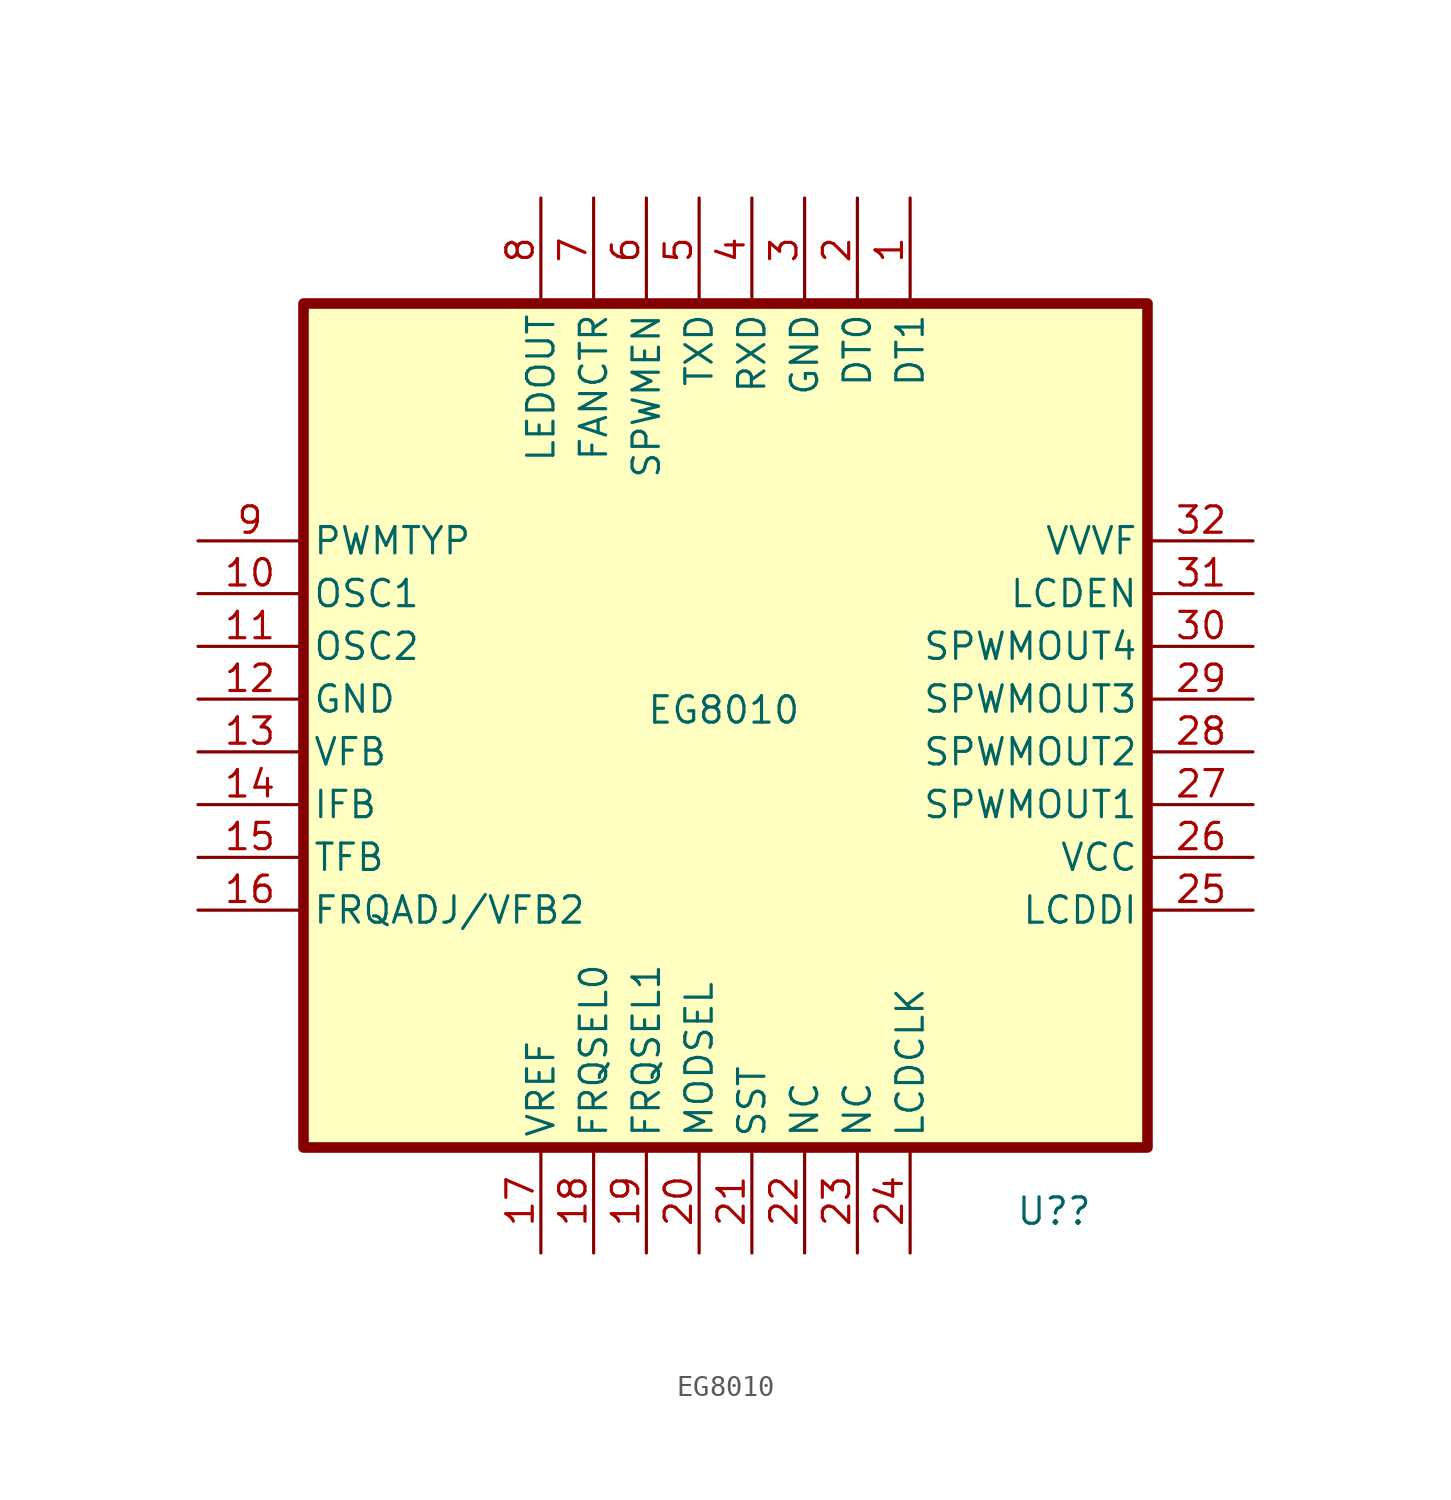
<source format=kicad_sym>
(kicad_symbol_lib
  (version 20211014)
  (generator kicad_symbol_editor)
  (symbol "EG8010"
    (property "Reference" "U?"
      (at 13.97 -24.13 0)
      (effects (font (size 1.27 1.27)) (justify left bottom)))
    (property "Value" "EG8010"
      (at -3.81 0 0)
      (effects (font (size 1.27 1.27)) (justify left bottom)))
    (symbol "EG8010_1_0"
      (rectangle (start -20.32 20.32) (end 20.32 -20.32) (stroke (width 0.508) (type default) (color 0 0 0 0)) (fill (type background)))
      (pin passive line (at 8.89 25.4 270) (length 5) (name "DT1" (effects (font (size 1.27 1.27)))) (number "1" (effects (font (size 1.27 1.27)))))
      (pin passive line (at -25.4 6.35 0) (length 5) (name "OSC1" (effects (font (size 1.27 1.27)))) (number "10" (effects (font (size 1.27 1.27)))))
      (pin passive line (at -25.4 3.81 0) (length 5) (name "OSC2" (effects (font (size 1.27 1.27)))) (number "11" (effects (font (size 1.27 1.27)))))
      (pin passive line (at -25.4 1.27 0) (length 5) (name "GND" (effects (font (size 1.27 1.27)))) (number "12" (effects (font (size 1.27 1.27)))))
      (pin passive line (at -25.4 -1.27 0) (length 5) (name "VFB" (effects (font (size 1.27 1.27)))) (number "13" (effects (font (size 1.27 1.27)))))
      (pin passive line (at -25.4 -3.81 0) (length 5) (name "IFB" (effects (font (size 1.27 1.27)))) (number "14" (effects (font (size 1.27 1.27)))))
      (pin passive line (at -25.4 -6.35 0) (length 5) (name "TFB" (effects (font (size 1.27 1.27)))) (number "15" (effects (font (size 1.27 1.27)))))
      (pin passive line (at -25.4 -8.89 0) (length 5) (name "FRQADJ/VFB2" (effects (font (size 1.27 1.27)))) (number "16" (effects (font (size 1.27 1.27)))))
      (pin passive line (at -8.89 -25.4 90) (length 5) (name "VREF" (effects (font (size 1.27 1.27)))) (number "17" (effects (font (size 1.27 1.27)))))
      (pin passive line (at -6.35 -25.4 90) (length 5) (name "FRQSEL0" (effects (font (size 1.27 1.27)))) (number "18" (effects (font (size 1.27 1.27)))))
      (pin passive line (at -3.81 -25.4 90) (length 5) (name "FRQSEL1" (effects (font (size 1.27 1.27)))) (number "19" (effects (font (size 1.27 1.27)))))
      (pin passive line (at 6.35 25.4 270) (length 5) (name "DT0" (effects (font (size 1.27 1.27)))) (number "2" (effects (font (size 1.27 1.27)))))
      (pin passive line (at -1.27 -25.4 90) (length 5) (name "MODSEL" (effects (font (size 1.27 1.27)))) (number "20" (effects (font (size 1.27 1.27)))))
      (pin passive line (at 1.27 -25.4 90) (length 5) (name "SST" (effects (font (size 1.27 1.27)))) (number "21" (effects (font (size 1.27 1.27)))))
      (pin passive line (at 3.81 -25.4 90) (length 5) (name "NC" (effects (font (size 1.27 1.27)))) (number "22" (effects (font (size 1.27 1.27)))))
      (pin passive line (at 6.35 -25.4 90) (length 5) (name "NC" (effects (font (size 1.27 1.27)))) (number "23" (effects (font (size 1.27 1.27)))))
      (pin passive line (at 8.89 -25.4 90) (length 5) (name "LCDCLK" (effects (font (size 1.27 1.27)))) (number "24" (effects (font (size 1.27 1.27)))))
      (pin passive line (at 25.4 -8.89 180) (length 5) (name "LCDDI" (effects (font (size 1.27 1.27)))) (number "25" (effects (font (size 1.27 1.27)))))
      (pin passive line (at 25.4 -6.35 180) (length 5) (name "VCC" (effects (font (size 1.27 1.27)))) (number "26" (effects (font (size 1.27 1.27)))))
      (pin passive line (at 25.4 -3.81 180) (length 5) (name "SPWMOUT1" (effects (font (size 1.27 1.27)))) (number "27" (effects (font (size 1.27 1.27)))))
      (pin passive line (at 25.4 -1.27 180) (length 5) (name "SPWMOUT2" (effects (font (size 1.27 1.27)))) (number "28" (effects (font (size 1.27 1.27)))))
      (pin passive line (at 25.4 1.27 180) (length 5) (name "SPWMOUT3" (effects (font (size 1.27 1.27)))) (number "29" (effects (font (size 1.27 1.27)))))
      (pin passive line (at 3.81 25.4 270) (length 5) (name "GND" (effects (font (size 1.27 1.27)))) (number "3" (effects (font (size 1.27 1.27)))))
      (pin passive line (at 25.4 3.81 180) (length 5) (name "SPWMOUT4" (effects (font (size 1.27 1.27)))) (number "30" (effects (font (size 1.27 1.27)))))
      (pin passive line (at 25.4 6.35 180) (length 5) (name "LCDEN" (effects (font (size 1.27 1.27)))) (number "31" (effects (font (size 1.27 1.27)))))
      (pin passive line (at 25.4 8.89 180) (length 5) (name "VVVF" (effects (font (size 1.27 1.27)))) (number "32" (effects (font (size 1.27 1.27)))))
      (pin passive line (at 1.27 25.4 270) (length 5) (name "RXD" (effects (font (size 1.27 1.27)))) (number "4" (effects (font (size 1.27 1.27)))))
      (pin passive line (at -1.27 25.4 270) (length 5) (name "TXD" (effects (font (size 1.27 1.27)))) (number "5" (effects (font (size 1.27 1.27)))))
      (pin passive line (at -3.81 25.4 270) (length 5) (name "SPWMEN" (effects (font (size 1.27 1.27)))) (number "6" (effects (font (size 1.27 1.27)))))
      (pin passive line (at -6.35 25.4 270) (length 5) (name "FANCTR" (effects (font (size 1.27 1.27)))) (number "7" (effects (font (size 1.27 1.27)))))
      (pin passive line (at -8.89 25.4 270) (length 5) (name "LEDOUT" (effects (font (size 1.27 1.27)))) (number "8" (effects (font (size 1.27 1.27)))))
      (pin passive line (at -25.4 8.89 0) (length 5) (name "PWMTYP" (effects (font (size 1.27 1.27)))) (number "9" (effects (font (size 1.27 1.27))))))))
</source>
